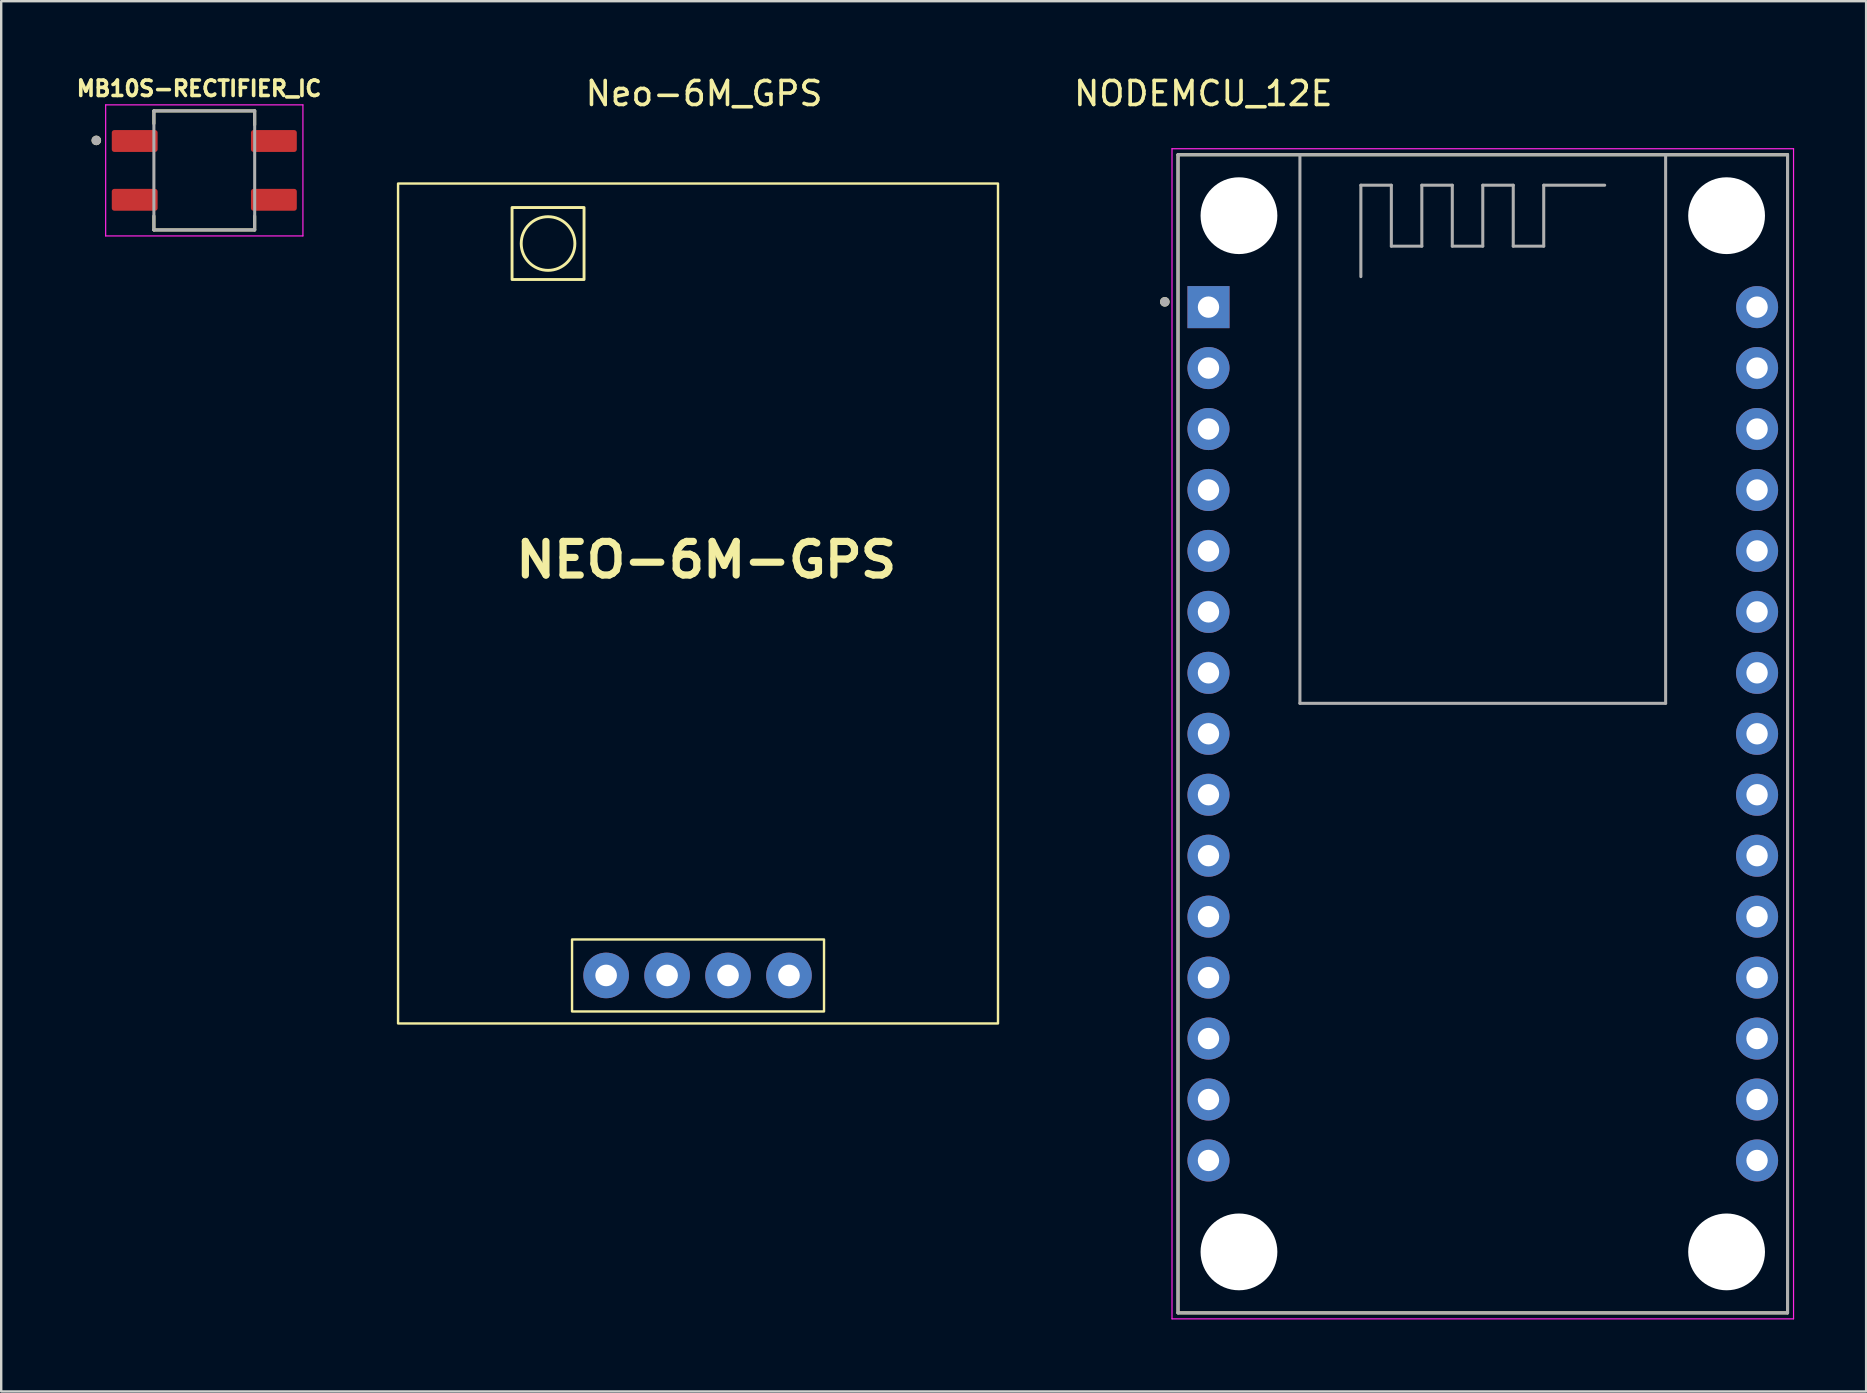
<source format=kicad_pcb>
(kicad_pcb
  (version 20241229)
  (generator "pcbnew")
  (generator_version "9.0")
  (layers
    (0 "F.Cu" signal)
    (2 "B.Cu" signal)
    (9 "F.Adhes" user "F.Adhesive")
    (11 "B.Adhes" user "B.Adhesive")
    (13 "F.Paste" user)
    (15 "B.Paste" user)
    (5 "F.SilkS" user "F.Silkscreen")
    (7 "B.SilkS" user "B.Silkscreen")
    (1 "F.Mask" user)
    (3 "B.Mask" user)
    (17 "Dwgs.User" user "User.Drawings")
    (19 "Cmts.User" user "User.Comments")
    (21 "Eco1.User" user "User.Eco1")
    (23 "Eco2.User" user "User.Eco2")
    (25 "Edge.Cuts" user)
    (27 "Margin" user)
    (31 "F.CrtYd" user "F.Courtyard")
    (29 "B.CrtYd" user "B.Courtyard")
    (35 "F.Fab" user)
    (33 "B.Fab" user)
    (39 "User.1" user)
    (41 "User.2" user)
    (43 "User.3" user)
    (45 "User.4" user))
  (footprint "MB10S-RECTIFIER_IC"
    (layer "F.Cu")
    (at 5.463 4.051)
    (property "Reference" "MB10S-RECTIFIER_IC" (at -0.218 -3.412 0) (layer "F.SilkS") (effects (font (size 0.641 0.641) (thickness 0.15))))
    (attr smd)
    (fp_line (start -2.1 -2.48) (end 2.1 -2.48) (stroke (width 0.127) (type solid)) (layer "F.SilkS"))
    (fp_line (start -2.1 -1.95) (end -2.1 -2.48) (stroke (width 0.127) (type solid)) (layer "F.SilkS"))
    (fp_line (start -2.1 1.9) (end -2.1 2.48) (stroke (width 0.127) (type solid)) (layer "F.SilkS"))
    (fp_line (start -2.1 2.48) (end 2.1 2.48) (stroke (width 0.127) (type solid)) (layer "F.SilkS"))
    (fp_line (start 2.1 -2.48) (end 2.1 -1.9) (stroke (width 0.127) (type solid)) (layer "F.SilkS"))
    (fp_line (start 2.1 2.48) (end 2.1 1.9) (stroke (width 0.127) (type solid)) (layer "F.SilkS"))
    (fp_circle (center -4.5 -1.25) (end -4.4 -1.25) (stroke (width 0.2) (type solid)) (fill no) (layer "F.SilkS"))
    (fp_line (start -4.11 -2.73) (end -4.11 2.73) (stroke (width 0.05) (type solid)) (layer "F.CrtYd"))
    (fp_line (start -4.11 2.73) (end 4.11 2.73) (stroke (width 0.05) (type solid)) (layer "F.CrtYd"))
    (fp_line (start 4.11 -2.73) (end -4.11 -2.73) (stroke (width 0.05) (type solid)) (layer "F.CrtYd"))
    (fp_line (start 4.11 2.73) (end 4.11 -2.73) (stroke (width 0.05) (type solid)) (layer "F.CrtYd"))
    (fp_line (start -2.1 -2.48) (end 2.1 -2.48) (stroke (width 0.127) (type solid)) (layer "F.Fab"))
    (fp_line (start -2.1 2.48) (end -2.1 -2.48) (stroke (width 0.127) (type solid)) (layer "F.Fab"))
    (fp_line (start 2.1 -2.48) (end 2.1 2.48) (stroke (width 0.127) (type solid)) (layer "F.Fab"))
    (fp_line (start 2.1 2.48) (end -2.1 2.48) (stroke (width 0.127) (type solid)) (layer "F.Fab"))
    (fp_circle (center -4.5 -1.25) (end -4.4 -1.25) (stroke (width 0.2) (type solid)) (fill no) (layer "F.Fab"))
    (pad "1" smd roundrect (at -2.9 -1.225) (size 1.91 0.91) (layers "F.Cu" "F.Mask" "F.Paste") (roundrect_rratio 0.115))
    (pad "2" smd roundrect (at -2.9 1.225) (size 1.91 0.91) (layers "F.Cu" "F.Mask" "F.Paste") (roundrect_rratio 0.115))
    (pad "3" smd roundrect (at 2.9 1.225) (size 1.91 0.91) (layers "F.Cu" "F.Mask" "F.Paste") (roundrect_rratio 0.115))
    (pad "4" smd roundrect (at 2.9 -1.225) (size 1.91 0.91) (layers "F.Cu" "F.Mask" "F.Paste") (roundrect_rratio 0.115)))
  (footprint "Neo-6M_GPS"
    (layer "F.Cu")
    (at 26.288 20.348)
    (property "Reference" "Neo-6M_GPS" (at 0 -19.5 0) (unlocked yes) (layer "F.SilkS") (effects (font (size 1 1) (thickness 0.15))))
    (fp_rect (start -12.75 -15.75) (end 12.25 19.25) (stroke (width 0.1) (type default)) (fill no) (layer "F.SilkS"))
    (fp_rect (start -8 -14.75) (end -5 -11.75) (stroke (width 0.12) (type solid)) (fill no) (layer "F.SilkS"))
    (fp_rect (start -5.5 15.75) (end 5 18.75) (stroke (width 0.1) (type default)) (fill no) (layer "F.SilkS"))
    (fp_circle (center -6.5 -13.25) (end -5.5 -12.75) (stroke (width 0.12) (type solid)) (fill no) (layer "F.SilkS"))
    (fp_text user "NEO-6M-GPS" (at -8 0.75 0) (unlocked yes) (layer "F.SilkS") (effects (font (size 1.4 1.5) (thickness 0.3) (bold yes)) (justify left bottom)))
    (pad "1" thru_hole circle (at -4.08 17.25 90) (size 1.9 1.9) (drill 0.9) (layers "*.Cu" "*.Mask"))
    (pad "2" thru_hole circle (at -1.54 17.25 90) (size 1.9 1.9) (drill 0.9) (layers "*.Cu" "*.Mask"))
    (pad "3" thru_hole circle (at 1 17.25 90) (size 1.9 1.9) (drill 0.9) (layers "*.Cu" "*.Mask"))
    (pad "4" thru_hole circle (at 3.54 17.25 90) (size 1.9 1.9) (drill 0.9) (layers "*.Cu" "*.Mask")))
  (footprint "NODEMCU_12E"
    (layer "F.Cu")
    (at 58.449 28.208)
    (property "Reference" "NODEMCU_12E" (at -11.355 -27.36 0) (layer "F.SilkS") (effects (font (size 1 1) (thickness 0.15))))
    (attr through_hole)
    (fp_line (start -12.41 -24.81) (end 12.99 -24.81) (stroke (width 0.127) (type solid)) (layer "F.SilkS"))
    (fp_line (start -12.41 23.45) (end -12.41 -24.81) (stroke (width 0.127) (type solid)) (layer "F.SilkS"))
    (fp_line (start -12.41 23.45) (end 12.99 23.45) (stroke (width 0.127) (type solid)) (layer "F.SilkS"))
    (fp_line (start 12.99 -24.81) (end 12.99 23.45) (stroke (width 0.127) (type solid)) (layer "F.SilkS"))
    (fp_circle (center -12.96 -18.68) (end -12.86 -18.68) (stroke (width 0.2) (type solid)) (fill no) (layer "F.SilkS"))
    (fp_line (start -12.66 -25.06) (end 13.24 -25.06) (stroke (width 0.05) (type solid)) (layer "F.CrtYd"))
    (fp_line (start -12.66 23.7) (end -12.66 -25.06) (stroke (width 0.05) (type solid)) (layer "F.CrtYd"))
    (fp_line (start 13.24 -25.06) (end 13.24 23.7) (stroke (width 0.05) (type solid)) (layer "F.CrtYd"))
    (fp_line (start 13.24 23.7) (end -12.66 23.7) (stroke (width 0.05) (type solid)) (layer "F.CrtYd"))
    (fp_line (start -12.41 -24.81) (end -7.33 -24.81) (stroke (width 0.127) (type solid)) (layer "F.Fab"))
    (fp_line (start -12.41 23.45) (end -12.41 -24.81) (stroke (width 0.127) (type solid)) (layer "F.Fab"))
    (fp_line (start -12.41 23.45) (end 12.99 23.45) (stroke (width 0.127) (type solid)) (layer "F.Fab"))
    (fp_line (start -7.33 -24.81) (end -7.33 -1.95) (stroke (width 0.127) (type solid)) (layer "F.Fab"))
    (fp_line (start -7.33 -24.81) (end 7.91 -24.81) (stroke (width 0.127) (type solid)) (layer "F.Fab"))
    (fp_line (start -7.33 -1.95) (end 7.91 -1.95) (stroke (width 0.127) (type solid)) (layer "F.Fab"))
    (fp_line (start -4.79 -23.54) (end -3.52 -23.54) (stroke (width 0.127) (type solid)) (layer "F.Fab"))
    (fp_line (start -4.79 -19.73) (end -4.79 -23.54) (stroke (width 0.127) (type solid)) (layer "F.Fab"))
    (fp_line (start -3.52 -23.54) (end -3.52 -21) (stroke (width 0.127) (type solid)) (layer "F.Fab"))
    (fp_line (start -3.52 -21) (end -2.25 -21) (stroke (width 0.127) (type solid)) (layer "F.Fab"))
    (fp_line (start -2.25 -23.54) (end -0.98 -23.54) (stroke (width 0.127) (type solid)) (layer "F.Fab"))
    (fp_line (start -2.25 -21) (end -2.25 -23.54) (stroke (width 0.127) (type solid)) (layer "F.Fab"))
    (fp_line (start -0.98 -23.54) (end -0.98 -21) (stroke (width 0.127) (type solid)) (layer "F.Fab"))
    (fp_line (start -0.98 -21) (end 0.29 -21) (stroke (width 0.127) (type solid)) (layer "F.Fab"))
    (fp_line (start 0.29 -23.54) (end 1.56 -23.54) (stroke (width 0.127) (type solid)) (layer "F.Fab"))
    (fp_line (start 0.29 -21) (end 0.29 -23.54) (stroke (width 0.127) (type solid)) (layer "F.Fab"))
    (fp_line (start 1.56 -23.54) (end 1.56 -21) (stroke (width 0.127) (type solid)) (layer "F.Fab"))
    (fp_line (start 1.56 -21) (end 2.83 -21) (stroke (width 0.127) (type solid)) (layer "F.Fab"))
    (fp_line (start 2.83 -23.54) (end 5.37 -23.54) (stroke (width 0.127) (type solid)) (layer "F.Fab"))
    (fp_line (start 2.83 -21) (end 2.83 -23.54) (stroke (width 0.127) (type solid)) (layer "F.Fab"))
    (fp_line (start 7.91 -24.81) (end 12.99 -24.81) (stroke (width 0.127) (type solid)) (layer "F.Fab"))
    (fp_line (start 7.91 -1.95) (end 7.91 -24.81) (stroke (width 0.127) (type solid)) (layer "F.Fab"))
    (fp_line (start 12.99 -24.81) (end 12.99 23.45) (stroke (width 0.127) (type solid)) (layer "F.Fab"))
    (fp_circle (center -12.96 -18.68) (end -12.86 -18.68) (stroke (width 0.2) (type solid)) (fill no) (layer "F.Fab"))
    (pad "" np_thru_hole circle (at -9.87 -22.27) (size 3.2 3.2) (drill 3.2) (layers "*.Cu" "*.Mask"))
    (pad "" np_thru_hole circle (at -9.87 20.91) (size 3.2 3.2) (drill 3.2) (layers "*.Cu" "*.Mask"))
    (pad "" np_thru_hole circle (at 10.45 -22.27) (size 3.2 3.2) (drill 3.2) (layers "*.Cu" "*.Mask"))
    (pad "" np_thru_hole circle (at 10.45 20.91) (size 3.2 3.2) (drill 3.2) (layers "*.Cu" "*.Mask"))
    (pad "1" thru_hole rect (at -11.14 -18.46) (size 1.753 1.753) (drill 0.889) (layers "*.Cu" "*.Mask"))
    (pad "2" thru_hole circle (at -11.14 -15.92) (size 1.753 1.753) (drill 0.889) (layers "*.Cu" "*.Mask"))
    (pad "3" thru_hole circle (at -11.14 -13.38) (size 1.753 1.753) (drill 0.889) (layers "*.Cu" "*.Mask"))
    (pad "4" thru_hole circle (at -11.14 -10.84) (size 1.753 1.753) (drill 0.889) (layers "*.Cu" "*.Mask"))
    (pad "5" thru_hole circle (at -11.14 -8.3) (size 1.753 1.753) (drill 0.889) (layers "*.Cu" "*.Mask"))
    (pad "6" thru_hole circle (at -11.14 -5.76) (size 1.753 1.753) (drill 0.889) (layers "*.Cu" "*.Mask"))
    (pad "7" thru_hole circle (at -11.14 -3.22) (size 1.753 1.753) (drill 0.889) (layers "*.Cu" "*.Mask"))
    (pad "8" thru_hole circle (at -11.14 -0.68) (size 1.753 1.753) (drill 0.889) (layers "*.Cu" "*.Mask"))
    (pad "9" thru_hole circle (at -11.14 1.86) (size 1.753 1.753) (drill 0.889) (layers "*.Cu" "*.Mask"))
    (pad "10" thru_hole circle (at -11.14 4.4) (size 1.753 1.753) (drill 0.889) (layers "*.Cu" "*.Mask"))
    (pad "11" thru_hole circle (at -11.14 6.94) (size 1.753 1.753) (drill 0.889) (layers "*.Cu" "*.Mask"))
    (pad "12" thru_hole circle (at -11.14 9.48) (size 1.753 1.753) (drill 0.889) (layers "*.Cu" "*.Mask"))
    (pad "13" thru_hole circle (at -11.14 12.02) (size 1.753 1.753) (drill 0.889) (layers "*.Cu" "*.Mask"))
    (pad "14" thru_hole circle (at -11.14 14.56) (size 1.753 1.753) (drill 0.889) (layers "*.Cu" "*.Mask"))
    (pad "15" thru_hole circle (at -11.14 17.1) (size 1.753 1.753) (drill 0.889) (layers "*.Cu" "*.Mask"))
    (pad "16" thru_hole circle (at 11.72 17.1) (size 1.753 1.753) (drill 0.889) (layers "*.Cu" "*.Mask"))
    (pad "17" thru_hole circle (at 11.72 14.56) (size 1.753 1.753) (drill 0.889) (layers "*.Cu" "*.Mask"))
    (pad "18" thru_hole circle (at 11.72 12.02) (size 1.753 1.753) (drill 0.889) (layers "*.Cu" "*.Mask"))
    (pad "19" thru_hole circle (at 11.72 9.48) (size 1.753 1.753) (drill 0.889) (layers "*.Cu" "*.Mask"))
    (pad "20" thru_hole circle (at 11.72 6.94) (size 1.753 1.753) (drill 0.889) (layers "*.Cu" "*.Mask"))
    (pad "21" thru_hole circle (at 11.72 4.4) (size 1.753 1.753) (drill 0.889) (layers "*.Cu" "*.Mask"))
    (pad "22" thru_hole circle (at 11.72 1.86) (size 1.753 1.753) (drill 0.889) (layers "*.Cu" "*.Mask"))
    (pad "23" thru_hole circle (at 11.72 -0.68) (size 1.753 1.753) (drill 0.889) (layers "*.Cu" "*.Mask"))
    (pad "24" thru_hole circle (at 11.72 -3.22) (size 1.753 1.753) (drill 0.889) (layers "*.Cu" "*.Mask"))
    (pad "25" thru_hole circle (at 11.72 -5.76) (size 1.753 1.753) (drill 0.889) (layers "*.Cu" "*.Mask"))
    (pad "26" thru_hole circle (at 11.72 -8.3) (size 1.753 1.753) (drill 0.889) (layers "*.Cu" "*.Mask"))
    (pad "27" thru_hole circle (at 11.72 -10.84) (size 1.753 1.753) (drill 0.889) (layers "*.Cu" "*.Mask"))
    (pad "28" thru_hole circle (at 11.72 -13.38) (size 1.753 1.753) (drill 0.889) (layers "*.Cu" "*.Mask"))
    (pad "29" thru_hole circle (at 11.72 -15.92) (size 1.753 1.753) (drill 0.889) (layers "*.Cu" "*.Mask"))
    (pad "30" thru_hole circle (at 11.72 -18.46) (size 1.753 1.753) (drill 0.889) (layers "*.Cu" "*.Mask")))
  (gr_rect
    (start -3 -3)
    (end 74.714 54.933)
    (stroke (width 0.1) (type default))
    (fill no)
    (layer "Edge.Cuts")))
</source>
